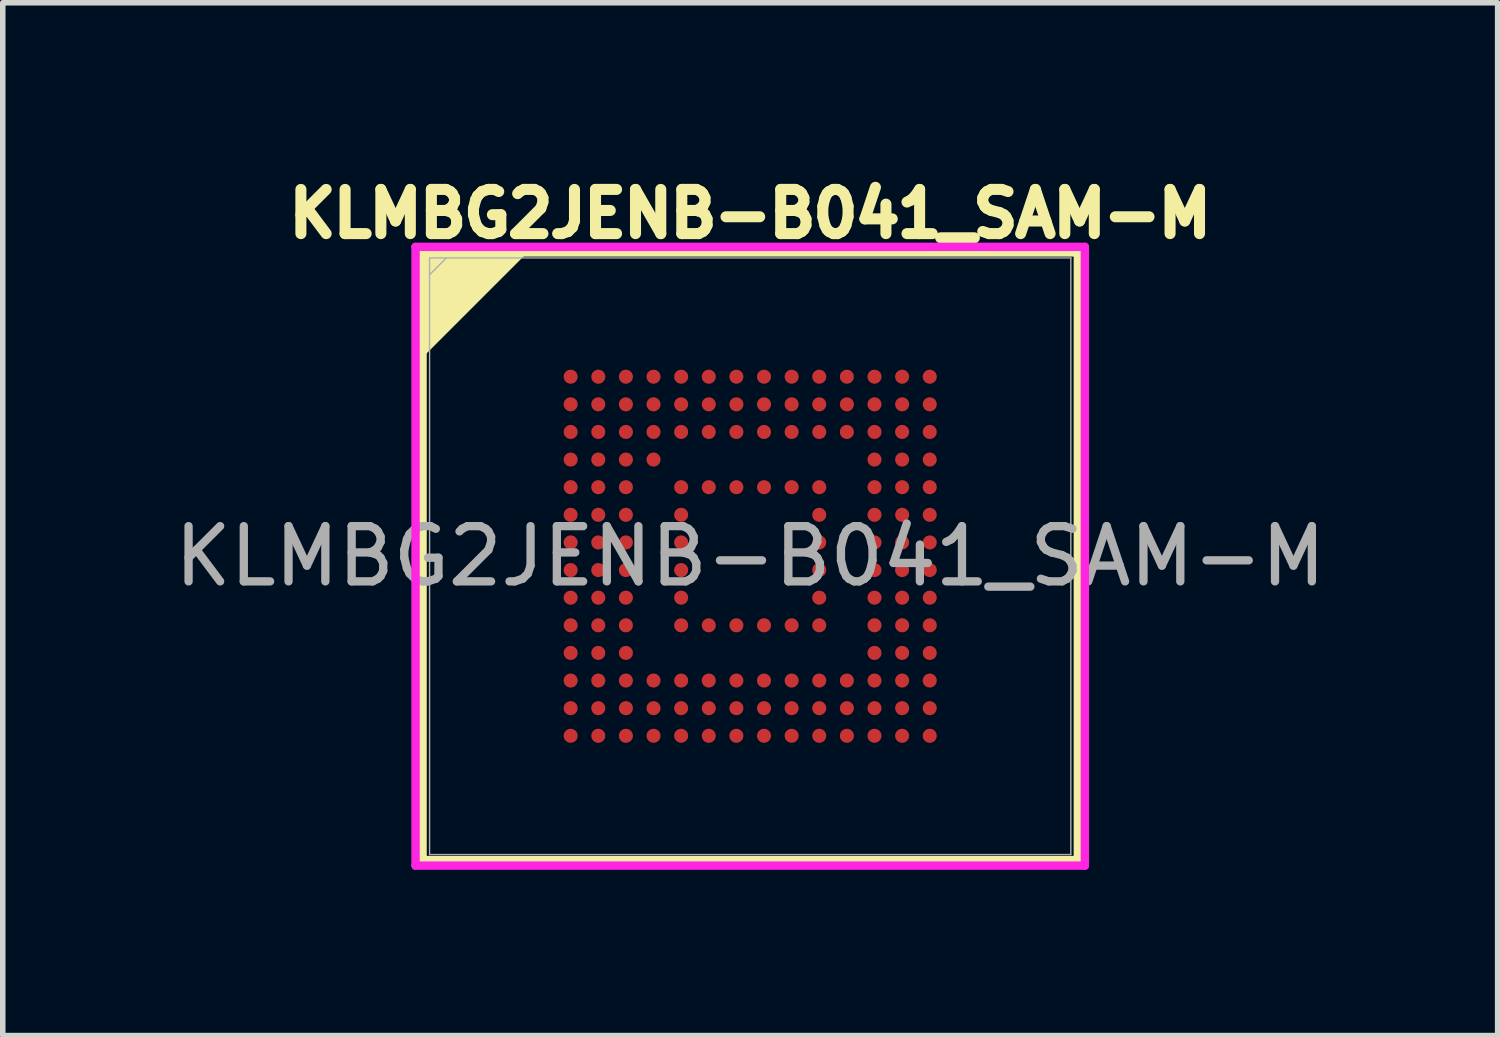
<source format=kicad_pcb>
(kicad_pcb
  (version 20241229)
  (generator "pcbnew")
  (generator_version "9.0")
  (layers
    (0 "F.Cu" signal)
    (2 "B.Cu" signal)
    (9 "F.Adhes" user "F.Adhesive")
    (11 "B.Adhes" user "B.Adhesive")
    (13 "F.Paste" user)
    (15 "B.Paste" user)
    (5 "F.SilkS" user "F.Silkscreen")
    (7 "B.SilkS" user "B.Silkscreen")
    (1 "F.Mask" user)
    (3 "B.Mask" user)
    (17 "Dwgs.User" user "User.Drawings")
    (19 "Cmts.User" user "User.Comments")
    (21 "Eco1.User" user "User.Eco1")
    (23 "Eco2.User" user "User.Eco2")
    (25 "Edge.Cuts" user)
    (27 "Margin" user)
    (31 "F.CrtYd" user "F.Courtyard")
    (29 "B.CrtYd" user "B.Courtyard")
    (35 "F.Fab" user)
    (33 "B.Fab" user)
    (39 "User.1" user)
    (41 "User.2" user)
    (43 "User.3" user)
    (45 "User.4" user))
  (footprint "KLMBG2JENB-B041_SAM-M"
    (layer "F.Cu")
    (at 10.53 7.019)
    (property "Reference" "KLMBG2JENB-B041_SAM-M" (at 0 -6.2 0) (unlocked yes) (layer "F.SilkS") (effects (font (size 0.8 0.8) (thickness 0.2) (bold yes))))
    (attr smd)
    (fp_line (start -5.931 -5.5) (end -5.931 5.5) (stroke (width 0.152) (type solid)) (layer "F.SilkS"))
    (fp_line (start -5.931 5.5) (end 5.931 5.5) (stroke (width 0.152) (type solid)) (layer "F.SilkS"))
    (fp_line (start 5.931 -5.5) (end -5.931 -5.5) (stroke (width 0.152) (type solid)) (layer "F.SilkS"))
    (fp_line (start 5.931 5.5) (end 5.931 -5.5) (stroke (width 0.152) (type solid)) (layer "F.SilkS"))
    (fp_poly (pts (xy -5.931 -5.48) (xy -5.931 -3.7) (xy -5.9 -3.7) (xy -4.1 -5.5) (xy -5.911 -5.5)) (stroke (width 0.1) (type solid)) (fill yes) (layer "F.SilkS"))
    (fp_poly (pts (xy -3.945 -3.945) (xy 3.945 -3.945) (xy 3.945 3.945) (xy -3.945 3.945)) (stroke (width 0.1) (type solid)) (fill no) (layer "Eco2.User"))
    (fp_line (start -6.058 -5.6) (end 6.058 -5.6) (stroke (width 0.152) (type solid)) (layer "F.CrtYd"))
    (fp_line (start -6.058 5.6) (end -6.058 -5.6) (stroke (width 0.152) (type solid)) (layer "F.CrtYd"))
    (fp_line (start 6.058 -5.6) (end 6.058 5.6) (stroke (width 0.152) (type solid)) (layer "F.CrtYd"))
    (fp_line (start 6.058 5.6) (end -6.058 5.6) (stroke (width 0.152) (type solid)) (layer "F.CrtYd"))
    (fp_line (start -5.804 -5.4) (end -5.804 5.4) (stroke (width 0.025) (type solid)) (layer "F.Fab"))
    (fp_line (start -5.804 5.4) (end 5.804 5.4) (stroke (width 0.025) (type solid)) (layer "F.Fab"))
    (fp_line (start -5.5 -5.4) (end -5.8 -5.1) (stroke (width 0.025) (type solid)) (layer "F.Fab"))
    (fp_line (start 5.804 -5.4) (end -5.804 -5.4) (stroke (width 0.025) (type solid)) (layer "F.Fab"))
    (fp_line (start 5.804 5.4) (end 5.804 -5.4) (stroke (width 0.025) (type solid)) (layer "F.Fab"))
    (fp_text user "${REFERENCE}" (at 0 0 0) (unlocked yes) (layer "F.Fab") (effects (font (size 1 1) (thickness 0.15))))
    (pad "A1" smd circle (at -3.25 -3.25) (size 0.254 0.254) (layers "F.Cu" "F.Mask" "F.Paste"))
    (pad "A2" smd circle (at -2.75 -3.25) (size 0.254 0.254) (layers "F.Cu" "F.Mask" "F.Paste"))
    (pad "A3" smd circle (at -2.25 -3.25) (size 0.254 0.254) (layers "F.Cu" "F.Mask" "F.Paste"))
    (pad "A4" smd circle (at -1.75 -3.25) (size 0.254 0.254) (layers "F.Cu" "F.Mask" "F.Paste"))
    (pad "A5" smd circle (at -1.25 -3.25) (size 0.254 0.254) (layers "F.Cu" "F.Mask" "F.Paste"))
    (pad "A6" smd circle (at -0.75 -3.25) (size 0.254 0.254) (layers "F.Cu" "F.Mask" "F.Paste"))
    (pad "A7" smd circle (at -0.25 -3.25) (size 0.254 0.254) (layers "F.Cu" "F.Mask" "F.Paste"))
    (pad "A8" smd circle (at 0.25 -3.25) (size 0.254 0.254) (layers "F.Cu" "F.Mask" "F.Paste"))
    (pad "A9" smd circle (at 0.75 -3.25) (size 0.254 0.254) (layers "F.Cu" "F.Mask" "F.Paste"))
    (pad "A10" smd circle (at 1.25 -3.25) (size 0.254 0.254) (layers "F.Cu" "F.Mask" "F.Paste"))
    (pad "A11" smd circle (at 1.75 -3.25) (size 0.254 0.254) (layers "F.Cu" "F.Mask" "F.Paste"))
    (pad "A12" smd circle (at 2.25 -3.25) (size 0.254 0.254) (layers "F.Cu" "F.Mask" "F.Paste"))
    (pad "A13" smd circle (at 2.75 -3.25) (size 0.254 0.254) (layers "F.Cu" "F.Mask" "F.Paste"))
    (pad "A14" smd circle (at 3.25 -3.25) (size 0.254 0.254) (layers "F.Cu" "F.Mask" "F.Paste"))
    (pad "B1" smd circle (at -3.25 -2.75) (size 0.254 0.254) (layers "F.Cu" "F.Mask" "F.Paste"))
    (pad "B2" smd circle (at -2.75 -2.75) (size 0.254 0.254) (layers "F.Cu" "F.Mask" "F.Paste"))
    (pad "B3" smd circle (at -2.25 -2.75) (size 0.254 0.254) (layers "F.Cu" "F.Mask" "F.Paste"))
    (pad "B4" smd circle (at -1.75 -2.75) (size 0.254 0.254) (layers "F.Cu" "F.Mask" "F.Paste"))
    (pad "B5" smd circle (at -1.25 -2.75) (size 0.254 0.254) (layers "F.Cu" "F.Mask" "F.Paste"))
    (pad "B6" smd circle (at -0.75 -2.75) (size 0.254 0.254) (layers "F.Cu" "F.Mask" "F.Paste"))
    (pad "B7" smd circle (at -0.25 -2.75) (size 0.254 0.254) (layers "F.Cu" "F.Mask" "F.Paste"))
    (pad "B8" smd circle (at 0.25 -2.75) (size 0.254 0.254) (layers "F.Cu" "F.Mask" "F.Paste"))
    (pad "B9" smd circle (at 0.75 -2.75) (size 0.254 0.254) (layers "F.Cu" "F.Mask" "F.Paste"))
    (pad "B10" smd circle (at 1.25 -2.75) (size 0.254 0.254) (layers "F.Cu" "F.Mask" "F.Paste"))
    (pad "B11" smd circle (at 1.75 -2.75) (size 0.254 0.254) (layers "F.Cu" "F.Mask" "F.Paste"))
    (pad "B12" smd circle (at 2.25 -2.75) (size 0.254 0.254) (layers "F.Cu" "F.Mask" "F.Paste"))
    (pad "B13" smd circle (at 2.75 -2.75) (size 0.254 0.254) (layers "F.Cu" "F.Mask" "F.Paste"))
    (pad "B14" smd circle (at 3.25 -2.75) (size 0.254 0.254) (layers "F.Cu" "F.Mask" "F.Paste"))
    (pad "C1" smd circle (at -3.25 -2.25) (size 0.254 0.254) (layers "F.Cu" "F.Mask" "F.Paste"))
    (pad "C2" smd circle (at -2.75 -2.25) (size 0.254 0.254) (layers "F.Cu" "F.Mask" "F.Paste"))
    (pad "C3" smd circle (at -2.25 -2.25) (size 0.254 0.254) (layers "F.Cu" "F.Mask" "F.Paste"))
    (pad "C4" smd circle (at -1.75 -2.25) (size 0.254 0.254) (layers "F.Cu" "F.Mask" "F.Paste"))
    (pad "C5" smd circle (at -1.25 -2.25) (size 0.254 0.254) (layers "F.Cu" "F.Mask" "F.Paste"))
    (pad "C6" smd circle (at -0.75 -2.25) (size 0.254 0.254) (layers "F.Cu" "F.Mask" "F.Paste"))
    (pad "C7" smd circle (at -0.25 -2.25) (size 0.254 0.254) (layers "F.Cu" "F.Mask" "F.Paste"))
    (pad "C8" smd circle (at 0.25 -2.25) (size 0.254 0.254) (layers "F.Cu" "F.Mask" "F.Paste"))
    (pad "C9" smd circle (at 0.75 -2.25) (size 0.254 0.254) (layers "F.Cu" "F.Mask" "F.Paste"))
    (pad "C10" smd circle (at 1.25 -2.25) (size 0.254 0.254) (layers "F.Cu" "F.Mask" "F.Paste"))
    (pad "C11" smd circle (at 1.75 -2.25) (size 0.254 0.254) (layers "F.Cu" "F.Mask" "F.Paste"))
    (pad "C12" smd circle (at 2.25 -2.25) (size 0.254 0.254) (layers "F.Cu" "F.Mask" "F.Paste"))
    (pad "C13" smd circle (at 2.75 -2.25) (size 0.254 0.254) (layers "F.Cu" "F.Mask" "F.Paste"))
    (pad "C14" smd circle (at 3.25 -2.25) (size 0.254 0.254) (layers "F.Cu" "F.Mask" "F.Paste"))
    (pad "D1" smd circle (at -3.25 -1.75) (size 0.254 0.254) (layers "F.Cu" "F.Mask" "F.Paste"))
    (pad "D2" smd circle (at -2.75 -1.75) (size 0.254 0.254) (layers "F.Cu" "F.Mask" "F.Paste"))
    (pad "D3" smd circle (at -2.25 -1.75) (size 0.254 0.254) (layers "F.Cu" "F.Mask" "F.Paste"))
    (pad "D4" smd circle (at -1.75 -1.75) (size 0.254 0.254) (layers "F.Cu" "F.Mask" "F.Paste"))
    (pad "D12" smd circle (at 2.25 -1.75) (size 0.254 0.254) (layers "F.Cu" "F.Mask" "F.Paste"))
    (pad "D13" smd circle (at 2.75 -1.75) (size 0.254 0.254) (layers "F.Cu" "F.Mask" "F.Paste"))
    (pad "D14" smd circle (at 3.25 -1.75) (size 0.254 0.254) (layers "F.Cu" "F.Mask" "F.Paste"))
    (pad "E1" smd circle (at -3.25 -1.25) (size 0.254 0.254) (layers "F.Cu" "F.Mask" "F.Paste"))
    (pad "E2" smd circle (at -2.75 -1.25) (size 0.254 0.254) (layers "F.Cu" "F.Mask" "F.Paste"))
    (pad "E3" smd circle (at -2.25 -1.25) (size 0.254 0.254) (layers "F.Cu" "F.Mask" "F.Paste"))
    (pad "E5" smd circle (at -1.25 -1.25) (size 0.254 0.254) (layers "F.Cu" "F.Mask" "F.Paste"))
    (pad "E6" smd circle (at -0.75 -1.25) (size 0.254 0.254) (layers "F.Cu" "F.Mask" "F.Paste"))
    (pad "E7" smd circle (at -0.25 -1.25) (size 0.254 0.254) (layers "F.Cu" "F.Mask" "F.Paste"))
    (pad "E8" smd circle (at 0.25 -1.25) (size 0.254 0.254) (layers "F.Cu" "F.Mask" "F.Paste"))
    (pad "E9" smd circle (at 0.75 -1.25) (size 0.254 0.254) (layers "F.Cu" "F.Mask" "F.Paste"))
    (pad "E10" smd circle (at 1.25 -1.25) (size 0.254 0.254) (layers "F.Cu" "F.Mask" "F.Paste"))
    (pad "E12" smd circle (at 2.25 -1.25) (size 0.254 0.254) (layers "F.Cu" "F.Mask" "F.Paste"))
    (pad "E13" smd circle (at 2.75 -1.25) (size 0.254 0.254) (layers "F.Cu" "F.Mask" "F.Paste"))
    (pad "E14" smd circle (at 3.25 -1.25) (size 0.254 0.254) (layers "F.Cu" "F.Mask" "F.Paste"))
    (pad "F1" smd circle (at -3.25 -0.75) (size 0.254 0.254) (layers "F.Cu" "F.Mask" "F.Paste"))
    (pad "F2" smd circle (at -2.75 -0.75) (size 0.254 0.254) (layers "F.Cu" "F.Mask" "F.Paste"))
    (pad "F3" smd circle (at -2.25 -0.75) (size 0.254 0.254) (layers "F.Cu" "F.Mask" "F.Paste"))
    (pad "F5" smd circle (at -1.25 -0.75) (size 0.254 0.254) (layers "F.Cu" "F.Mask" "F.Paste"))
    (pad "F10" smd circle (at 1.25 -0.75) (size 0.254 0.254) (layers "F.Cu" "F.Mask" "F.Paste"))
    (pad "F12" smd circle (at 2.25 -0.75) (size 0.254 0.254) (layers "F.Cu" "F.Mask" "F.Paste"))
    (pad "F13" smd circle (at 2.75 -0.75) (size 0.254 0.254) (layers "F.Cu" "F.Mask" "F.Paste"))
    (pad "F14" smd circle (at 3.25 -0.75) (size 0.254 0.254) (layers "F.Cu" "F.Mask" "F.Paste"))
    (pad "G1" smd circle (at -3.25 -0.25) (size 0.254 0.254) (layers "F.Cu" "F.Mask" "F.Paste"))
    (pad "G2" smd circle (at -2.75 -0.25) (size 0.254 0.254) (layers "F.Cu" "F.Mask" "F.Paste"))
    (pad "G3" smd circle (at -2.25 -0.25) (size 0.254 0.254) (layers "F.Cu" "F.Mask" "F.Paste"))
    (pad "G5" smd circle (at -1.25 -0.25) (size 0.254 0.254) (layers "F.Cu" "F.Mask" "F.Paste"))
    (pad "G10" smd circle (at 1.25 -0.25) (size 0.254 0.254) (layers "F.Cu" "F.Mask" "F.Paste"))
    (pad "G12" smd circle (at 2.25 -0.25) (size 0.254 0.254) (layers "F.Cu" "F.Mask" "F.Paste"))
    (pad "G13" smd circle (at 2.75 -0.25) (size 0.254 0.254) (layers "F.Cu" "F.Mask" "F.Paste"))
    (pad "G14" smd circle (at 3.25 -0.25) (size 0.254 0.254) (layers "F.Cu" "F.Mask" "F.Paste"))
    (pad "H1" smd circle (at -3.25 0.25) (size 0.254 0.254) (layers "F.Cu" "F.Mask" "F.Paste"))
    (pad "H2" smd circle (at -2.75 0.25) (size 0.254 0.254) (layers "F.Cu" "F.Mask" "F.Paste"))
    (pad "H3" smd circle (at -2.25 0.25) (size 0.254 0.254) (layers "F.Cu" "F.Mask" "F.Paste"))
    (pad "H5" smd circle (at -1.25 0.25) (size 0.254 0.254) (layers "F.Cu" "F.Mask" "F.Paste"))
    (pad "H10" smd circle (at 1.25 0.25) (size 0.254 0.254) (layers "F.Cu" "F.Mask" "F.Paste"))
    (pad "H12" smd circle (at 2.25 0.25) (size 0.254 0.254) (layers "F.Cu" "F.Mask" "F.Paste"))
    (pad "H13" smd circle (at 2.75 0.25) (size 0.254 0.254) (layers "F.Cu" "F.Mask" "F.Paste"))
    (pad "H14" smd circle (at 3.25 0.25) (size 0.254 0.254) (layers "F.Cu" "F.Mask" "F.Paste"))
    (pad "J1" smd circle (at -3.25 0.75) (size 0.254 0.254) (layers "F.Cu" "F.Mask" "F.Paste"))
    (pad "J2" smd circle (at -2.75 0.75) (size 0.254 0.254) (layers "F.Cu" "F.Mask" "F.Paste"))
    (pad "J3" smd circle (at -2.25 0.75) (size 0.254 0.254) (layers "F.Cu" "F.Mask" "F.Paste"))
    (pad "J5" smd circle (at -1.25 0.75) (size 0.254 0.254) (layers "F.Cu" "F.Mask" "F.Paste"))
    (pad "J10" smd circle (at 1.25 0.75) (size 0.254 0.254) (layers "F.Cu" "F.Mask" "F.Paste"))
    (pad "J12" smd circle (at 2.25 0.75) (size 0.254 0.254) (layers "F.Cu" "F.Mask" "F.Paste"))
    (pad "J13" smd circle (at 2.75 0.75) (size 0.254 0.254) (layers "F.Cu" "F.Mask" "F.Paste"))
    (pad "J14" smd circle (at 3.25 0.75) (size 0.254 0.254) (layers "F.Cu" "F.Mask" "F.Paste"))
    (pad "K1" smd circle (at -3.25 1.25) (size 0.254 0.254) (layers "F.Cu" "F.Mask" "F.Paste"))
    (pad "K2" smd circle (at -2.75 1.25) (size 0.254 0.254) (layers "F.Cu" "F.Mask" "F.Paste"))
    (pad "K3" smd circle (at -2.25 1.25) (size 0.254 0.254) (layers "F.Cu" "F.Mask" "F.Paste"))
    (pad "K5" smd circle (at -1.25 1.25) (size 0.254 0.254) (layers "F.Cu" "F.Mask" "F.Paste"))
    (pad "K6" smd circle (at -0.75 1.25) (size 0.254 0.254) (layers "F.Cu" "F.Mask" "F.Paste"))
    (pad "K7" smd circle (at -0.25 1.25) (size 0.254 0.254) (layers "F.Cu" "F.Mask" "F.Paste"))
    (pad "K8" smd circle (at 0.25 1.25) (size 0.254 0.254) (layers "F.Cu" "F.Mask" "F.Paste"))
    (pad "K9" smd circle (at 0.75 1.25) (size 0.254 0.254) (layers "F.Cu" "F.Mask" "F.Paste"))
    (pad "K10" smd circle (at 1.25 1.25) (size 0.254 0.254) (layers "F.Cu" "F.Mask" "F.Paste"))
    (pad "K12" smd circle (at 2.25 1.25) (size 0.254 0.254) (layers "F.Cu" "F.Mask" "F.Paste"))
    (pad "K13" smd circle (at 2.75 1.25) (size 0.254 0.254) (layers "F.Cu" "F.Mask" "F.Paste"))
    (pad "K14" smd circle (at 3.25 1.25) (size 0.254 0.254) (layers "F.Cu" "F.Mask" "F.Paste"))
    (pad "L1" smd circle (at -3.25 1.75) (size 0.254 0.254) (layers "F.Cu" "F.Mask" "F.Paste"))
    (pad "L2" smd circle (at -2.75 1.75) (size 0.254 0.254) (layers "F.Cu" "F.Mask" "F.Paste"))
    (pad "L3" smd circle (at -2.25 1.75) (size 0.254 0.254) (layers "F.Cu" "F.Mask" "F.Paste"))
    (pad "L12" smd circle (at 2.25 1.75) (size 0.254 0.254) (layers "F.Cu" "F.Mask" "F.Paste"))
    (pad "L13" smd circle (at 2.75 1.75) (size 0.254 0.254) (layers "F.Cu" "F.Mask" "F.Paste"))
    (pad "L14" smd circle (at 3.25 1.75) (size 0.254 0.254) (layers "F.Cu" "F.Mask" "F.Paste"))
    (pad "M1" smd circle (at -3.25 2.25) (size 0.254 0.254) (layers "F.Cu" "F.Mask" "F.Paste"))
    (pad "M2" smd circle (at -2.75 2.25) (size 0.254 0.254) (layers "F.Cu" "F.Mask" "F.Paste"))
    (pad "M3" smd circle (at -2.25 2.25) (size 0.254 0.254) (layers "F.Cu" "F.Mask" "F.Paste"))
    (pad "M4" smd circle (at -1.75 2.25) (size 0.254 0.254) (layers "F.Cu" "F.Mask" "F.Paste"))
    (pad "M5" smd circle (at -1.25 2.25) (size 0.254 0.254) (layers "F.Cu" "F.Mask" "F.Paste"))
    (pad "M6" smd circle (at -0.75 2.25) (size 0.254 0.254) (layers "F.Cu" "F.Mask" "F.Paste"))
    (pad "M7" smd circle (at -0.25 2.25) (size 0.254 0.254) (layers "F.Cu" "F.Mask" "F.Paste"))
    (pad "M8" smd circle (at 0.25 2.25) (size 0.254 0.254) (layers "F.Cu" "F.Mask" "F.Paste"))
    (pad "M9" smd circle (at 0.75 2.25) (size 0.254 0.254) (layers "F.Cu" "F.Mask" "F.Paste"))
    (pad "M10" smd circle (at 1.25 2.25) (size 0.254 0.254) (layers "F.Cu" "F.Mask" "F.Paste"))
    (pad "M11" smd circle (at 1.75 2.25) (size 0.254 0.254) (layers "F.Cu" "F.Mask" "F.Paste"))
    (pad "M12" smd circle (at 2.25 2.25) (size 0.254 0.254) (layers "F.Cu" "F.Mask" "F.Paste"))
    (pad "M13" smd circle (at 2.75 2.25) (size 0.254 0.254) (layers "F.Cu" "F.Mask" "F.Paste"))
    (pad "M14" smd circle (at 3.25 2.25) (size 0.254 0.254) (layers "F.Cu" "F.Mask" "F.Paste"))
    (pad "N1" smd circle (at -3.25 2.75) (size 0.254 0.254) (layers "F.Cu" "F.Mask" "F.Paste"))
    (pad "N2" smd circle (at -2.75 2.75) (size 0.254 0.254) (layers "F.Cu" "F.Mask" "F.Paste"))
    (pad "N3" smd circle (at -2.25 2.75) (size 0.254 0.254) (layers "F.Cu" "F.Mask" "F.Paste"))
    (pad "N4" smd circle (at -1.75 2.75) (size 0.254 0.254) (layers "F.Cu" "F.Mask" "F.Paste"))
    (pad "N5" smd circle (at -1.25 2.75) (size 0.254 0.254) (layers "F.Cu" "F.Mask" "F.Paste"))
    (pad "N6" smd circle (at -0.75 2.75) (size 0.254 0.254) (layers "F.Cu" "F.Mask" "F.Paste"))
    (pad "N7" smd circle (at -0.25 2.75) (size 0.254 0.254) (layers "F.Cu" "F.Mask" "F.Paste"))
    (pad "N8" smd circle (at 0.25 2.75) (size 0.254 0.254) (layers "F.Cu" "F.Mask" "F.Paste"))
    (pad "N9" smd circle (at 0.75 2.75) (size 0.254 0.254) (layers "F.Cu" "F.Mask" "F.Paste"))
    (pad "N10" smd circle (at 1.25 2.75) (size 0.254 0.254) (layers "F.Cu" "F.Mask" "F.Paste"))
    (pad "N11" smd circle (at 1.75 2.75) (size 0.254 0.254) (layers "F.Cu" "F.Mask" "F.Paste"))
    (pad "N12" smd circle (at 2.25 2.75) (size 0.254 0.254) (layers "F.Cu" "F.Mask" "F.Paste"))
    (pad "N13" smd circle (at 2.75 2.75) (size 0.254 0.254) (layers "F.Cu" "F.Mask" "F.Paste"))
    (pad "N14" smd circle (at 3.25 2.75) (size 0.254 0.254) (layers "F.Cu" "F.Mask" "F.Paste"))
    (pad "P1" smd circle (at -3.25 3.25) (size 0.254 0.254) (layers "F.Cu" "F.Mask" "F.Paste"))
    (pad "P2" smd circle (at -2.75 3.25) (size 0.254 0.254) (layers "F.Cu" "F.Mask" "F.Paste"))
    (pad "P3" smd circle (at -2.25 3.25) (size 0.254 0.254) (layers "F.Cu" "F.Mask" "F.Paste"))
    (pad "P4" smd circle (at -1.75 3.25) (size 0.254 0.254) (layers "F.Cu" "F.Mask" "F.Paste"))
    (pad "P5" smd circle (at -1.25 3.25) (size 0.254 0.254) (layers "F.Cu" "F.Mask" "F.Paste"))
    (pad "P6" smd circle (at -0.75 3.25) (size 0.254 0.254) (layers "F.Cu" "F.Mask" "F.Paste"))
    (pad "P7" smd circle (at -0.25 3.25) (size 0.254 0.254) (layers "F.Cu" "F.Mask" "F.Paste"))
    (pad "P8" smd circle (at 0.25 3.25) (size 0.254 0.254) (layers "F.Cu" "F.Mask" "F.Paste"))
    (pad "P9" smd circle (at 0.75 3.25) (size 0.254 0.254) (layers "F.Cu" "F.Mask" "F.Paste"))
    (pad "P10" smd circle (at 1.25 3.25) (size 0.254 0.254) (layers "F.Cu" "F.Mask" "F.Paste"))
    (pad "P11" smd circle (at 1.75 3.25) (size 0.254 0.254) (layers "F.Cu" "F.Mask" "F.Paste"))
    (pad "P12" smd circle (at 2.25 3.25) (size 0.254 0.254) (layers "F.Cu" "F.Mask" "F.Paste"))
    (pad "P13" smd circle (at 2.75 3.25) (size 0.254 0.254) (layers "F.Cu" "F.Mask" "F.Paste"))
    (pad "P14" smd circle (at 3.25 3.25) (size 0.254 0.254) (layers "F.Cu" "F.Mask" "F.Paste")))
  (gr_rect
    (start -3 -3)
    (end 24.06 15.695)
    (stroke (width 0.1) (type default))
    (fill no)
    (layer "Edge.Cuts")))
</source>
